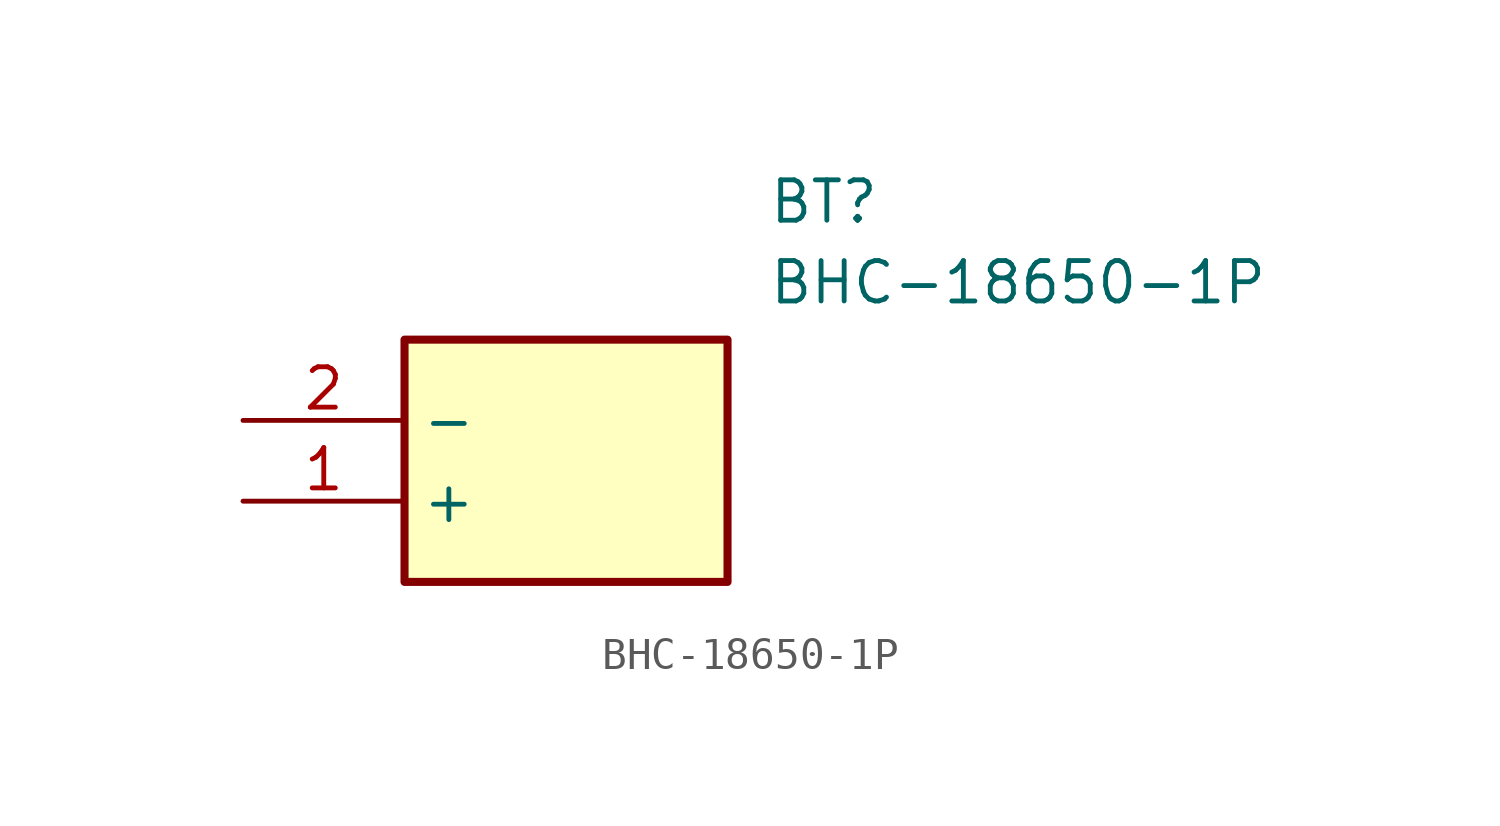
<source format=kicad_sym>
(kicad_symbol_lib
  (version 20211014)
  (generator SamacSys_ECAD_Model)
  (symbol "BHC-18650-1P"
    (property "Reference" "BT"
      (at 16.51 7.62 0)
      (effects (font (size 1.27 1.27)) (justify left top)))
    (property "Value" "BHC-18650-1P"
      (at 16.51 5.08 0)
      (effects (font (size 1.27 1.27)) (justify left top)))
    (rectangle
      (start 5.08 2.54)
      (end 15.24 -5.08)
      (stroke (width 0.254) (type default))
      (fill (type background)))
    (pin passive line
      (at 0 -2.54 0)
      (length 5.08)
      (name "+" (effects (font (size 1.27 1.27))))
      (number "1" (effects (font (size 1.27 1.27)))))
    (pin passive line
      (at 0 0 0)
      (length 5.08)
      (name "-" (effects (font (size 1.27 1.27))))
      (number "2" (effects (font (size 1.27 1.27)))))))
</source>
